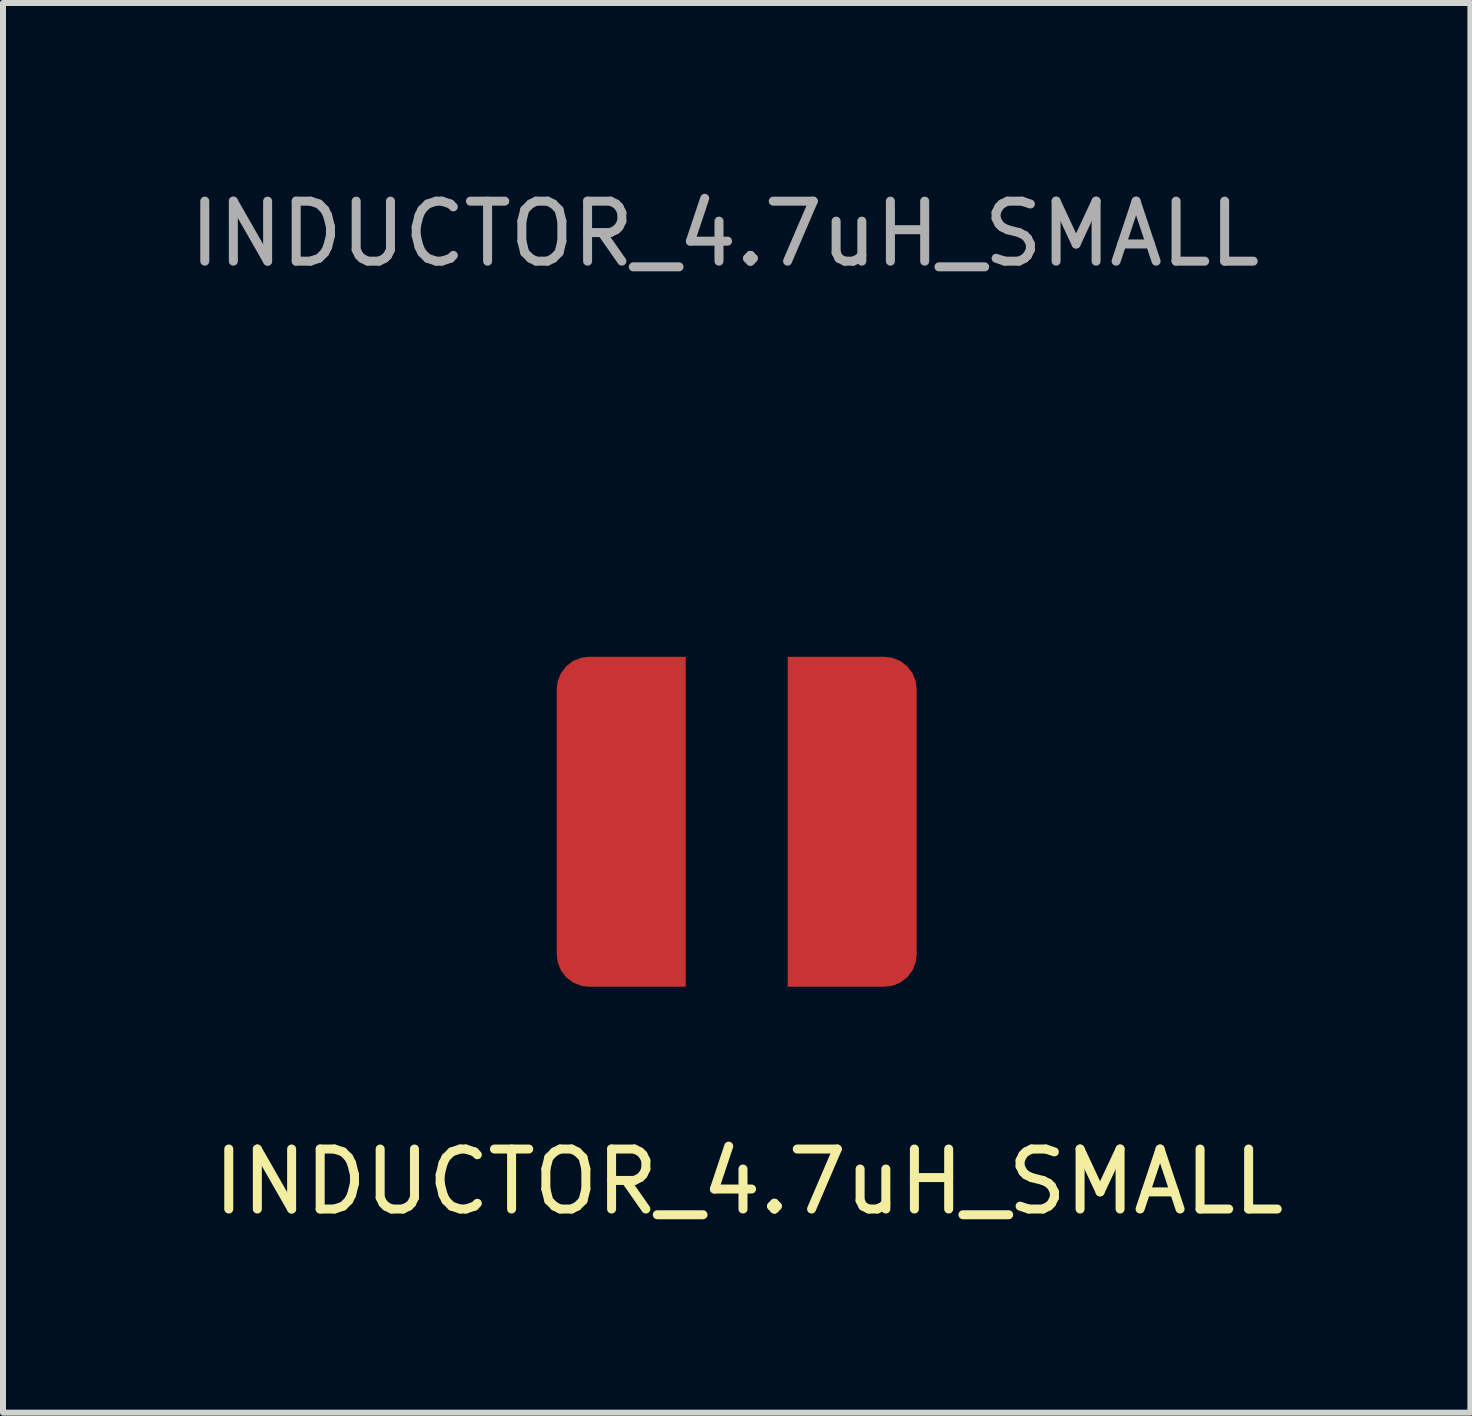
<source format=kicad_pcb>
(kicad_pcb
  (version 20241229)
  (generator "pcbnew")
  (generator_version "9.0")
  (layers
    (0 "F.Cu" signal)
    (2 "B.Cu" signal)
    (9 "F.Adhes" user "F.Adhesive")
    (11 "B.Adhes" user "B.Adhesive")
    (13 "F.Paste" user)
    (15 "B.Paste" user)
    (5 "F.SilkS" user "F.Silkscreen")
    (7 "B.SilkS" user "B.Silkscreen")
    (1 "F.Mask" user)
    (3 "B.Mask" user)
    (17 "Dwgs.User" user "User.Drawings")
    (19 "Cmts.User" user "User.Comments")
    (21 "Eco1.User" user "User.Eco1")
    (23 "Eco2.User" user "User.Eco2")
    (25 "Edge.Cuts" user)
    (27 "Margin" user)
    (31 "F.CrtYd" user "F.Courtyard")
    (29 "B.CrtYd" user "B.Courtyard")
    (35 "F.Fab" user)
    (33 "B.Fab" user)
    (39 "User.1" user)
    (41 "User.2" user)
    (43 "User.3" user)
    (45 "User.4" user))
  (footprint "INDUCTOR_4.7uH_SMALL"
    (layer "F.Cu")
    (at 9.23 10.648)
    (property "Reference" "INDUCTOR_4.7uH_SMALL" (at 0.2 6 0) (unlocked yes) (layer "F.SilkS") (effects (font (size 1 1) (thickness 0.15))))
    (attr through_hole)
    (fp_text user "${REFERENCE}" (at -0.2 -9.8 0) (unlocked yes) (layer "F.Fab") (effects (font (size 1 1) (thickness 0.15))))
    (pad "1" smd roundrect (at -1.925 0) (size 2.15 5.5) (layers "F.Cu" "F.Mask" "F.Paste") (roundrect_rratio 0.25) (chamfer_ratio 0) (chamfer top_right bottom_right))
    (pad "2" smd roundrect (at 1.925 0 180) (size 2.15 5.5) (layers "F.Cu" "F.Mask" "F.Paste") (roundrect_rratio 0.25) (chamfer_ratio 0) (chamfer top_right bottom_right)))
  (gr_rect
    (start -3 -3)
    (end 21.46 20.497)
    (stroke (width 0.1) (type default))
    (fill no)
    (layer "Edge.Cuts")))
</source>
